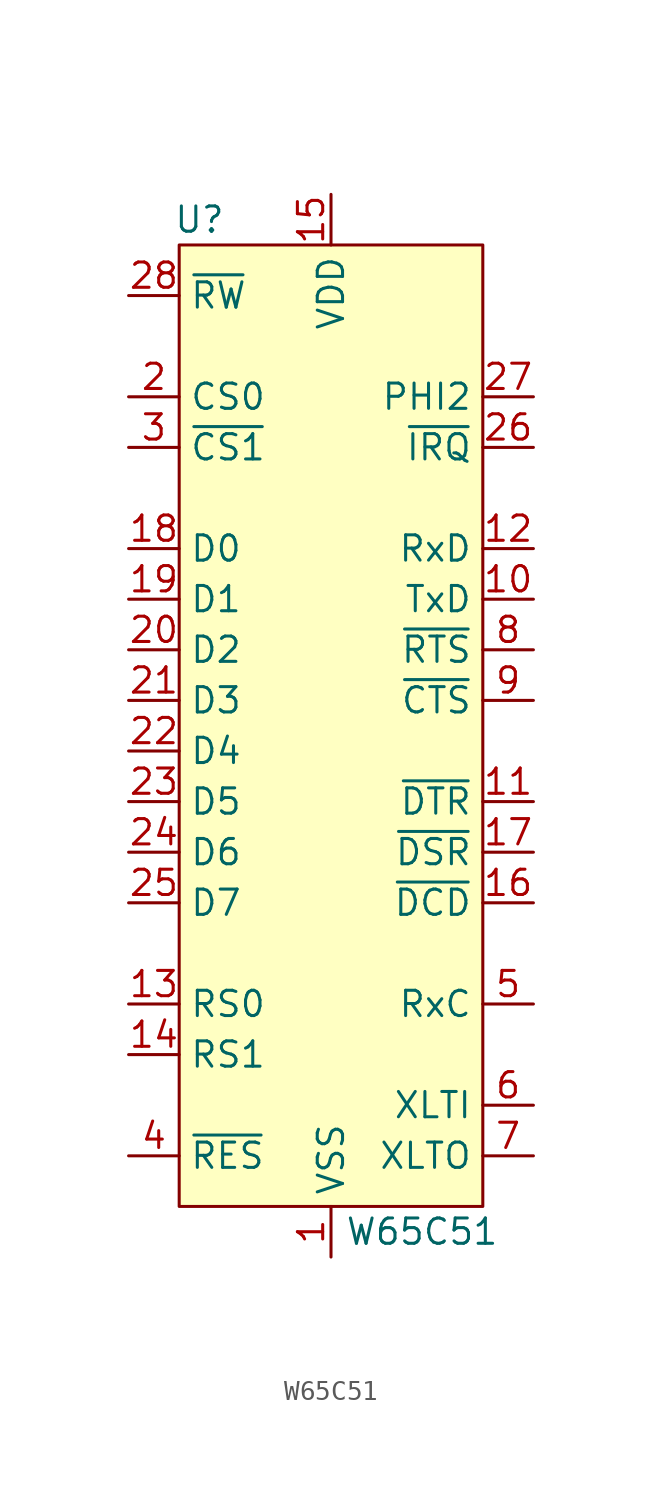
<source format=kicad_sym>
(kicad_symbol_lib
  (version 20211014)
  (generator kicad_symbol_editor)
  (symbol "W65C51"
    (property "Reference" "U"
      (at -6.604 19.05 0)
      (effects (font (size 1.27 1.27))))
    (property "Value" "W65C51"
      (at 4.572 -31.75 0)
      (effects (font (size 1.27 1.27))))
    (symbol "W65C51_0_1"
      (rectangle (start -7.62 17.78) (end 7.62 -30.48) (stroke (width 0) (type default) (color 0 0 0 0)) (fill (type background))))
    (symbol "W65C51_1_1"
      (pin input line (at 0 -33.02 90) (length 2.54) (name "VSS" (effects (font (size 1.27 1.27)))) (number "1" (effects (font (size 1.27 1.27)))))
      (pin input line (at 10.16 0 180) (length 2.54) (name "TxD" (effects (font (size 1.27 1.27)))) (number "10" (effects (font (size 1.27 1.27)))))
      (pin input line (at 10.16 -10.16 180) (length 2.54) (name "~{DTR}" (effects (font (size 1.27 1.27)))) (number "11" (effects (font (size 1.27 1.27)))))
      (pin input line (at 10.16 2.54 180) (length 2.54) (name "RxD" (effects (font (size 1.27 1.27)))) (number "12" (effects (font (size 1.27 1.27)))))
      (pin input line (at -10.16 -20.32 0) (length 2.54) (name "RS0" (effects (font (size 1.27 1.27)))) (number "13" (effects (font (size 1.27 1.27)))))
      (pin input line (at -10.16 -22.86 0) (length 2.54) (name "RS1" (effects (font (size 1.27 1.27)))) (number "14" (effects (font (size 1.27 1.27)))))
      (pin input line (at 0 20.32 270) (length 2.54) (name "VDD" (effects (font (size 1.27 1.27)))) (number "15" (effects (font (size 1.27 1.27)))))
      (pin input line (at 10.16 -15.24 180) (length 2.54) (name "~{DCD}" (effects (font (size 1.27 1.27)))) (number "16" (effects (font (size 1.27 1.27)))))
      (pin input line (at 10.16 -12.7 180) (length 2.54) (name "~{DSR}" (effects (font (size 1.27 1.27)))) (number "17" (effects (font (size 1.27 1.27)))))
      (pin input line (at -10.16 2.54 0) (length 2.54) (name "D0" (effects (font (size 1.27 1.27)))) (number "18" (effects (font (size 1.27 1.27)))))
      (pin input line (at -10.16 0 0) (length 2.54) (name "D1" (effects (font (size 1.27 1.27)))) (number "19" (effects (font (size 1.27 1.27)))))
      (pin input line (at -10.16 10.16 0) (length 2.54) (name "CS0" (effects (font (size 1.27 1.27)))) (number "2" (effects (font (size 1.27 1.27)))))
      (pin input line (at -10.16 -2.54 0) (length 2.54) (name "D2" (effects (font (size 1.27 1.27)))) (number "20" (effects (font (size 1.27 1.27)))))
      (pin input line (at -10.16 -5.08 0) (length 2.54) (name "D3" (effects (font (size 1.27 1.27)))) (number "21" (effects (font (size 1.27 1.27)))))
      (pin input line (at -10.16 -7.62 0) (length 2.54) (name "D4" (effects (font (size 1.27 1.27)))) (number "22" (effects (font (size 1.27 1.27)))))
      (pin input line (at -10.16 -10.16 0) (length 2.54) (name "D5" (effects (font (size 1.27 1.27)))) (number "23" (effects (font (size 1.27 1.27)))))
      (pin input line (at -10.16 -12.7 0) (length 2.54) (name "D6" (effects (font (size 1.27 1.27)))) (number "24" (effects (font (size 1.27 1.27)))))
      (pin input line (at -10.16 -15.24 0) (length 2.54) (name "D7" (effects (font (size 1.27 1.27)))) (number "25" (effects (font (size 1.27 1.27)))))
      (pin input line (at 10.16 7.62 180) (length 2.54) (name "~{IRQ}" (effects (font (size 1.27 1.27)))) (number "26" (effects (font (size 1.27 1.27)))))
      (pin input line (at 10.16 10.16 180) (length 2.54) (name "PHI2" (effects (font (size 1.27 1.27)))) (number "27" (effects (font (size 1.27 1.27)))))
      (pin input line (at -10.16 15.24 0) (length 2.54) (name "~{RW}" (effects (font (size 1.27 1.27)))) (number "28" (effects (font (size 1.27 1.27)))))
      (pin input line (at -10.16 7.62 0) (length 2.54) (name "~{CS1}" (effects (font (size 1.27 1.27)))) (number "3" (effects (font (size 1.27 1.27)))))
      (pin input line (at -10.16 -27.94 0) (length 2.54) (name "~{RES}" (effects (font (size 1.27 1.27)))) (number "4" (effects (font (size 1.27 1.27)))))
      (pin input line (at 10.16 -20.32 180) (length 2.54) (name "RxC" (effects (font (size 1.27 1.27)))) (number "5" (effects (font (size 1.27 1.27)))))
      (pin input line (at 10.16 -25.4 180) (length 2.54) (name "XLTI" (effects (font (size 1.27 1.27)))) (number "6" (effects (font (size 1.27 1.27)))))
      (pin input line (at 10.16 -27.94 180) (length 2.54) (name "XLTO" (effects (font (size 1.27 1.27)))) (number "7" (effects (font (size 1.27 1.27)))))
      (pin input line (at 10.16 -2.54 180) (length 2.54) (name "~{RTS}" (effects (font (size 1.27 1.27)))) (number "8" (effects (font (size 1.27 1.27)))))
      (pin input line (at 10.16 -5.08 180) (length 2.54) (name "~{CTS}" (effects (font (size 1.27 1.27)))) (number "9" (effects (font (size 1.27 1.27))))))))
</source>
